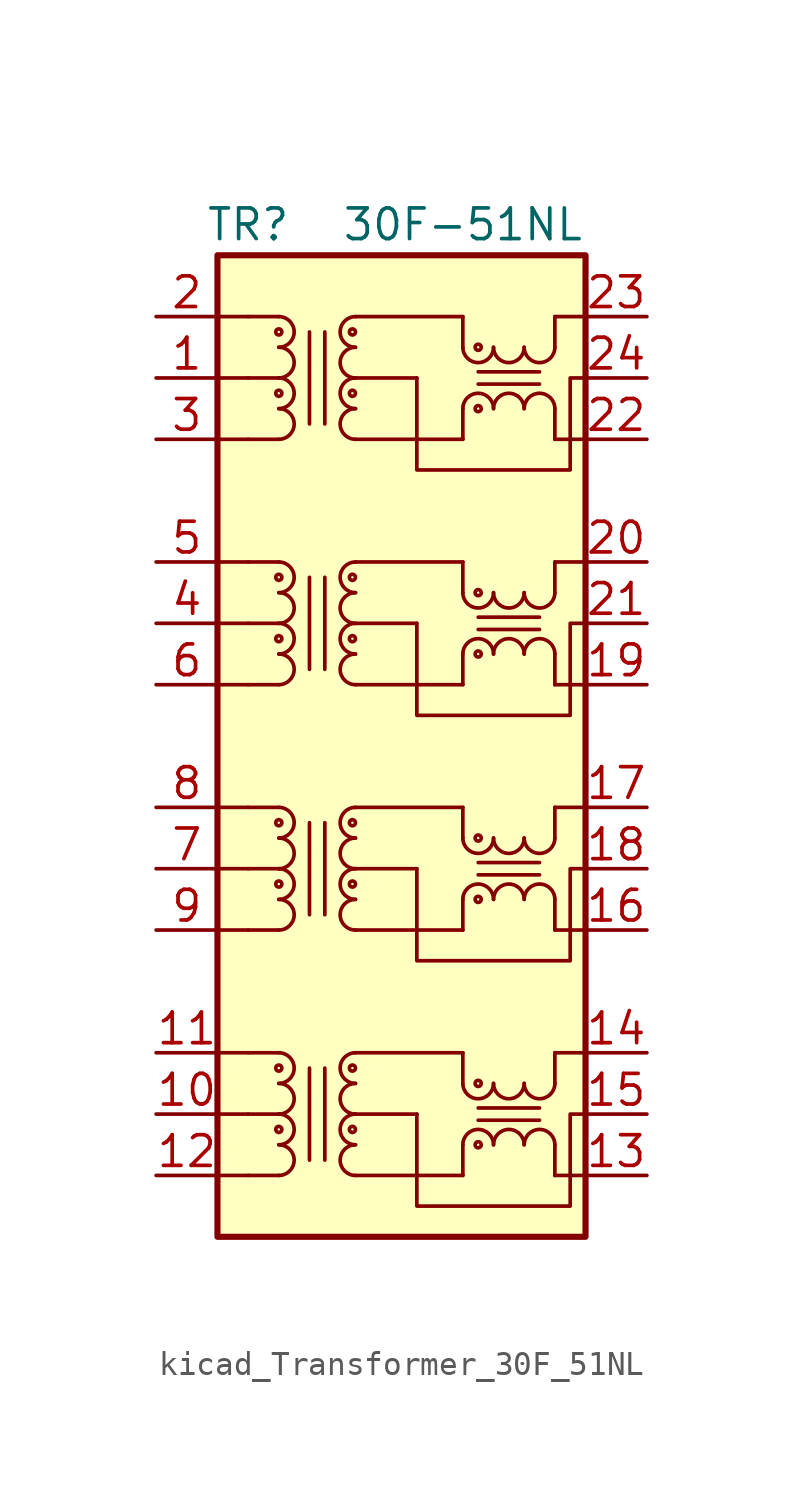
<source format=kicad_sym>
(kicad_symbol_lib
  (version 20220914)
  (generator kicad_symbol_editor)
  (symbol "kicad_Transformer_30F_51NL"
    (pin_names
      (offset 1.016) hide)
    (property "Reference" "TR"
      (at -6.35 21.59 0)
      (effects (font (size 1.27 1.27))))
    (property "Value" "30F-51NL"
      (at 2.54 21.59 0)
      (effects (font (size 1.27 1.27))))
    (symbol "kicad_Transformer_30F_51NL_0_1"
      (rectangle (start -7.62 20.32) (end 7.62 -20.32) (stroke (width 0.254) (type default)) (fill (type background)))
      (polyline (pts (xy 2.54 -16.51) (xy 2.54 -17.78)) (stroke (width 0) (type default)) (fill (type none)))
      (polyline (pts (xy 2.54 -12.7) (xy 2.54 -13.97)) (stroke (width 0) (type default)) (fill (type none)))
      (polyline (pts (xy 2.54 -6.35) (xy 2.54 -7.62)) (stroke (width 0) (type default)) (fill (type none)))
      (polyline (pts (xy 2.54 -2.54) (xy 2.54 -3.81)) (stroke (width 0) (type default)) (fill (type none)))
      (polyline (pts (xy 2.54 3.81) (xy 2.54 2.54)) (stroke (width 0) (type default)) (fill (type none)))
      (polyline (pts (xy 2.54 7.62) (xy 2.54 6.35)) (stroke (width 0) (type default)) (fill (type none)))
      (polyline (pts (xy 2.54 13.97) (xy 2.54 12.7)) (stroke (width 0) (type default)) (fill (type none)))
      (polyline (pts (xy 2.54 17.78) (xy 2.54 16.51)) (stroke (width 0) (type default)) (fill (type none)))
      (polyline (pts (xy 6.35 -17.78) (xy 6.35 -16.51)) (stroke (width 0) (type default)) (fill (type none)))
      (polyline (pts (xy 6.35 -13.97) (xy 6.35 -12.7)) (stroke (width 0) (type default)) (fill (type none)))
      (polyline (pts (xy 6.35 -7.62) (xy 6.35 -6.35)) (stroke (width 0) (type default)) (fill (type none)))
      (polyline (pts (xy 6.35 -3.81) (xy 6.35 -2.54)) (stroke (width 0) (type default)) (fill (type none)))
      (polyline (pts (xy 6.35 2.54) (xy 6.35 3.81)) (stroke (width 0) (type default)) (fill (type none)))
      (polyline (pts (xy 6.35 6.35) (xy 6.35 7.62)) (stroke (width 0) (type default)) (fill (type none)))
      (polyline (pts (xy 6.35 12.7) (xy 6.35 13.97)) (stroke (width 0) (type default)) (fill (type none)))
      (polyline (pts (xy 6.35 16.51) (xy 6.35 17.78)) (stroke (width 0) (type default)) (fill (type none)))
      (polyline (pts (xy 7.62 15.24) (xy 7.62 15.24)) (stroke (width 0) (type default)) (fill (type none)))
      (polyline (pts (xy 0.635 -15.24) (xy 0.635 -19.05) (xy 6.985 -19.05) (xy 6.985 -15.24) (xy 7.62 -15.24)) (stroke (width 0) (type default)) (fill (type none)))
      (polyline (pts (xy 0.635 -5.08) (xy 0.635 -8.89) (xy 6.985 -8.89) (xy 6.985 -5.08) (xy 7.62 -5.08)) (stroke (width 0) (type default)) (fill (type none)))
      (polyline (pts (xy 0.635 5.08) (xy 0.635 1.27) (xy 6.985 1.27) (xy 6.985 5.08) (xy 7.62 5.08)) (stroke (width 0) (type default)) (fill (type none)))
      (polyline (pts (xy 0.635 15.24) (xy 0.635 11.43) (xy 6.985 11.43) (xy 6.985 15.24) (xy 7.62 15.24)) (stroke (width 0) (type default)) (fill (type none)))
      (pin passive line (at -10.16 15.24 0) (length 2.54) (name "CT" (effects (font (size 1.27 1.27)))) (number "1" (effects (font (size 1.27 1.27)))))
      (pin passive line (at -10.16 -15.24 0) (length 2.54) (name "CT" (effects (font (size 1.27 1.27)))) (number "10" (effects (font (size 1.27 1.27)))))
      (pin passive line (at -10.16 -12.7 0) (length 2.54) (name "TD4+" (effects (font (size 1.27 1.27)))) (number "11" (effects (font (size 1.27 1.27)))))
      (pin passive line (at -10.16 -17.78 0) (length 2.54) (name "TD4-" (effects (font (size 1.27 1.27)))) (number "12" (effects (font (size 1.27 1.27)))))
      (pin passive line (at 10.16 -17.78 180) (length 2.54) (name "MX4-" (effects (font (size 1.27 1.27)))) (number "13" (effects (font (size 1.27 1.27)))))
      (pin passive line (at 10.16 -12.7 180) (length 2.54) (name "MX4+" (effects (font (size 1.27 1.27)))) (number "14" (effects (font (size 1.27 1.27)))))
      (pin passive line (at 10.16 -15.24 180) (length 2.54) (name "CT" (effects (font (size 1.27 1.27)))) (number "15" (effects (font (size 1.27 1.27)))))
      (pin passive line (at 10.16 -7.62 180) (length 2.54) (name "MX3-" (effects (font (size 1.27 1.27)))) (number "16" (effects (font (size 1.27 1.27)))))
      (pin passive line (at 10.16 -2.54 180) (length 2.54) (name "MX3+" (effects (font (size 1.27 1.27)))) (number "17" (effects (font (size 1.27 1.27)))))
      (pin passive line (at 10.16 -5.08 180) (length 2.54) (name "CT" (effects (font (size 1.27 1.27)))) (number "18" (effects (font (size 1.27 1.27)))))
      (pin passive line (at 10.16 2.54 180) (length 2.54) (name "MX2-" (effects (font (size 1.27 1.27)))) (number "19" (effects (font (size 1.27 1.27)))))
      (pin passive line (at -10.16 17.78 0) (length 2.54) (name "TD1+" (effects (font (size 1.27 1.27)))) (number "2" (effects (font (size 1.27 1.27)))))
      (pin passive line (at 10.16 7.62 180) (length 2.54) (name "MX2+" (effects (font (size 1.27 1.27)))) (number "20" (effects (font (size 1.27 1.27)))))
      (pin passive line (at 10.16 5.08 180) (length 2.54) (name "CT" (effects (font (size 1.27 1.27)))) (number "21" (effects (font (size 1.27 1.27)))))
      (pin passive line (at 10.16 12.7 180) (length 2.54) (name "MX1-" (effects (font (size 1.27 1.27)))) (number "22" (effects (font (size 1.27 1.27)))))
      (pin passive line (at 10.16 17.78 180) (length 2.54) (name "MX1+" (effects (font (size 1.27 1.27)))) (number "23" (effects (font (size 1.27 1.27)))))
      (pin passive line (at 10.16 15.24 180) (length 2.54) (name "CT" (effects (font (size 1.27 1.27)))) (number "24" (effects (font (size 1.27 1.27)))))
      (pin passive line (at -10.16 12.7 0) (length 2.54) (name "TD1-" (effects (font (size 1.27 1.27)))) (number "3" (effects (font (size 1.27 1.27)))))
      (pin passive line (at -10.16 5.08 0) (length 2.54) (name "CT" (effects (font (size 1.27 1.27)))) (number "4" (effects (font (size 1.27 1.27)))))
      (pin passive line (at -10.16 7.62 0) (length 2.54) (name "TD2+" (effects (font (size 1.27 1.27)))) (number "5" (effects (font (size 1.27 1.27)))))
      (pin passive line (at -10.16 2.54 0) (length 2.54) (name "TD2-" (effects (font (size 1.27 1.27)))) (number "6" (effects (font (size 1.27 1.27)))))
      (pin passive line (at -10.16 -5.08 0) (length 2.54) (name "CT" (effects (font (size 1.27 1.27)))) (number "7" (effects (font (size 1.27 1.27)))))
      (pin passive line (at -10.16 -2.54 0) (length 2.54) (name "TD3+" (effects (font (size 1.27 1.27)))) (number "8" (effects (font (size 1.27 1.27)))))
      (pin passive line (at -10.16 -7.62 0) (length 2.54) (name "TD3-" (effects (font (size 1.27 1.27)))) (number "9" (effects (font (size 1.27 1.27))))))
    (symbol "kicad_Transformer_30F_51NL_1_1"
      (arc (start -5.08 -17.78) (mid -4.4477 -17.145) (end -5.08 -16.51) (stroke (width 0) (type default)) (fill (type none)))
      (arc (start -5.08 -16.51) (mid -4.4477 -15.875) (end -5.08 -15.24) (stroke (width 0) (type default)) (fill (type none)))
      (circle (center -5.08 -15.875) (radius 0.127) (stroke (width 0) (type default)) (fill (type none)))
      (arc (start -5.08 -15.24) (mid -4.4477 -14.605) (end -5.08 -13.97) (stroke (width 0) (type default)) (fill (type none)))
      (arc (start -5.08 -13.97) (mid -4.4477 -13.335) (end -5.08 -12.7) (stroke (width 0) (type default)) (fill (type none)))
      (circle (center -5.08 -13.335) (radius 0.127) (stroke (width 0) (type default)) (fill (type none)))
      (arc (start -5.08 -7.62) (mid -4.4477 -6.985) (end -5.08 -6.35) (stroke (width 0) (type default)) (fill (type none)))
      (arc (start -5.08 -6.35) (mid -4.4477 -5.715) (end -5.08 -5.08) (stroke (width 0) (type default)) (fill (type none)))
      (circle (center -5.08 -5.715) (radius 0.127) (stroke (width 0) (type default)) (fill (type none)))
      (arc (start -5.08 -5.08) (mid -4.4477 -4.445) (end -5.08 -3.81) (stroke (width 0) (type default)) (fill (type none)))
      (arc (start -5.08 -3.81) (mid -4.4477 -3.175) (end -5.08 -2.54) (stroke (width 0) (type default)) (fill (type none)))
      (circle (center -5.08 -3.175) (radius 0.127) (stroke (width 0) (type default)) (fill (type none)))
      (arc (start -5.08 2.54) (mid -4.4477 3.175) (end -5.08 3.81) (stroke (width 0) (type default)) (fill (type none)))
      (arc (start -5.08 3.81) (mid -4.4477 4.445) (end -5.08 5.08) (stroke (width 0) (type default)) (fill (type none)))
      (circle (center -5.08 4.445) (radius 0.127) (stroke (width 0) (type default)) (fill (type none)))
      (arc (start -5.08 5.08) (mid -4.4477 5.715) (end -5.08 6.35) (stroke (width 0) (type default)) (fill (type none)))
      (arc (start -5.08 6.35) (mid -4.4477 6.985) (end -5.08 7.62) (stroke (width 0) (type default)) (fill (type none)))
      (circle (center -5.08 6.985) (radius 0.127) (stroke (width 0) (type default)) (fill (type none)))
      (arc (start -5.08 12.7) (mid -4.4477 13.335) (end -5.08 13.97) (stroke (width 0) (type default)) (fill (type none)))
      (arc (start -5.08 13.97) (mid -4.4477 14.605) (end -5.08 15.24) (stroke (width 0) (type default)) (fill (type none)))
      (circle (center -5.08 14.605) (radius 0.127) (stroke (width 0) (type default)) (fill (type none)))
      (arc (start -5.08 15.24) (mid -4.4477 15.875) (end -5.08 16.51) (stroke (width 0) (type default)) (fill (type none)))
      (arc (start -5.08 16.51) (mid -4.4477 17.145) (end -5.08 17.78) (stroke (width 0) (type default)) (fill (type none)))
      (circle (center -5.08 17.145) (radius 0.127) (stroke (width 0) (type default)) (fill (type none)))
      (circle (center -2.032 -15.875) (radius 0.127) (stroke (width 0) (type default)) (fill (type none)))
      (circle (center -2.032 -13.335) (radius 0.127) (stroke (width 0) (type default)) (fill (type none)))
      (circle (center -2.032 -5.715) (radius 0.127) (stroke (width 0) (type default)) (fill (type none)))
      (circle (center -2.032 -3.175) (radius 0.127) (stroke (width 0) (type default)) (fill (type none)))
      (circle (center -2.032 4.445) (radius 0.127) (stroke (width 0) (type default)) (fill (type none)))
      (circle (center -2.032 6.985) (radius 0.127) (stroke (width 0) (type default)) (fill (type none)))
      (circle (center -2.032 14.605) (radius 0.127) (stroke (width 0) (type default)) (fill (type none)))
      (circle (center -2.032 17.145) (radius 0.127) (stroke (width 0) (type default)) (fill (type none)))
      (arc (start -1.905 -16.51) (mid -2.5373 -17.145) (end -1.905 -17.78) (stroke (width 0) (type default)) (fill (type none)))
      (arc (start -1.905 -15.24) (mid -2.5373 -15.875) (end -1.905 -16.51) (stroke (width 0) (type default)) (fill (type none)))
      (arc (start -1.905 -13.97) (mid -2.5373 -14.605) (end -1.905 -15.24) (stroke (width 0) (type default)) (fill (type none)))
      (arc (start -1.905 -12.7) (mid -2.5373 -13.335) (end -1.905 -13.97) (stroke (width 0) (type default)) (fill (type none)))
      (arc (start -1.905 -6.35) (mid -2.5373 -6.985) (end -1.905 -7.62) (stroke (width 0) (type default)) (fill (type none)))
      (arc (start -1.905 -5.08) (mid -2.5373 -5.715) (end -1.905 -6.35) (stroke (width 0) (type default)) (fill (type none)))
      (arc (start -1.905 -3.81) (mid -2.5373 -4.445) (end -1.905 -5.08) (stroke (width 0) (type default)) (fill (type none)))
      (arc (start -1.905 -2.54) (mid -2.5373 -3.175) (end -1.905 -3.81) (stroke (width 0) (type default)) (fill (type none)))
      (arc (start -1.905 3.81) (mid -2.5373 3.175) (end -1.905 2.54) (stroke (width 0) (type default)) (fill (type none)))
      (arc (start -1.905 5.08) (mid -2.5373 4.445) (end -1.905 3.81) (stroke (width 0) (type default)) (fill (type none)))
      (arc (start -1.905 6.35) (mid -2.5373 5.715) (end -1.905 5.08) (stroke (width 0) (type default)) (fill (type none)))
      (arc (start -1.905 7.62) (mid -2.5373 6.985) (end -1.905 6.35) (stroke (width 0) (type default)) (fill (type none)))
      (arc (start -1.905 13.97) (mid -2.5373 13.335) (end -1.905 12.7) (stroke (width 0) (type default)) (fill (type none)))
      (arc (start -1.905 15.24) (mid -2.5373 14.605) (end -1.905 13.97) (stroke (width 0) (type default)) (fill (type none)))
      (arc (start -1.905 16.51) (mid -2.5373 15.875) (end -1.905 15.24) (stroke (width 0) (type default)) (fill (type none)))
      (arc (start -1.905 17.78) (mid -2.5373 17.145) (end -1.905 16.51) (stroke (width 0) (type default)) (fill (type none)))
      (polyline (pts (xy -7.62 -17.78) (xy -6.35 -17.78)) (stroke (width 0) (type default)) (fill (type none)))
      (polyline (pts (xy -7.62 -15.24) (xy -6.35 -15.24)) (stroke (width 0) (type default)) (fill (type none)))
      (polyline (pts (xy -7.62 -12.7) (xy -6.35 -12.7)) (stroke (width 0) (type default)) (fill (type none)))
      (polyline (pts (xy -7.62 -7.62) (xy -6.35 -7.62)) (stroke (width 0) (type default)) (fill (type none)))
      (polyline (pts (xy -7.62 -5.08) (xy -6.35 -5.08)) (stroke (width 0) (type default)) (fill (type none)))
      (polyline (pts (xy -7.62 -2.54) (xy -6.35 -2.54)) (stroke (width 0) (type default)) (fill (type none)))
      (polyline (pts (xy -7.62 2.54) (xy -6.35 2.54)) (stroke (width 0) (type default)) (fill (type none)))
      (polyline (pts (xy -7.62 5.08) (xy -6.35 5.08)) (stroke (width 0) (type default)) (fill (type none)))
      (polyline (pts (xy -7.62 7.62) (xy -6.35 7.62)) (stroke (width 0) (type default)) (fill (type none)))
      (polyline (pts (xy -7.62 12.7) (xy -6.35 12.7)) (stroke (width 0) (type default)) (fill (type none)))
      (polyline (pts (xy -7.62 15.24) (xy -6.35 15.24)) (stroke (width 0) (type default)) (fill (type none)))
      (polyline (pts (xy -7.62 17.78) (xy -6.35 17.78)) (stroke (width 0) (type default)) (fill (type none)))
      (polyline (pts (xy -6.35 -17.78) (xy -5.08 -17.78)) (stroke (width 0) (type default)) (fill (type none)))
      (polyline (pts (xy -6.35 -15.24) (xy -5.08 -15.24)) (stroke (width 0) (type default)) (fill (type none)))
      (polyline (pts (xy -6.35 -12.7) (xy -5.08 -12.7)) (stroke (width 0) (type default)) (fill (type none)))
      (polyline (pts (xy -6.35 -7.62) (xy -5.08 -7.62)) (stroke (width 0) (type default)) (fill (type none)))
      (polyline (pts (xy -6.35 -5.08) (xy -5.08 -5.08)) (stroke (width 0) (type default)) (fill (type none)))
      (polyline (pts (xy -6.35 -2.54) (xy -5.08 -2.54)) (stroke (width 0) (type default)) (fill (type none)))
      (polyline (pts (xy -6.35 2.54) (xy -5.08 2.54)) (stroke (width 0) (type default)) (fill (type none)))
      (polyline (pts (xy -6.35 5.08) (xy -5.08 5.08)) (stroke (width 0) (type default)) (fill (type none)))
      (polyline (pts (xy -6.35 7.62) (xy -5.08 7.62)) (stroke (width 0) (type default)) (fill (type none)))
      (polyline (pts (xy -6.35 12.7) (xy -5.08 12.7)) (stroke (width 0) (type default)) (fill (type none)))
      (polyline (pts (xy -6.35 15.24) (xy -5.08 15.24)) (stroke (width 0) (type default)) (fill (type none)))
      (polyline (pts (xy -6.35 17.78) (xy -5.08 17.78)) (stroke (width 0) (type default)) (fill (type none)))
      (polyline (pts (xy -3.81 -17.145) (xy -3.81 -13.335)) (stroke (width 0) (type default)) (fill (type none)))
      (polyline (pts (xy -3.81 -6.985) (xy -3.81 -3.175)) (stroke (width 0) (type default)) (fill (type none)))
      (polyline (pts (xy -3.81 3.175) (xy -3.81 6.985)) (stroke (width 0) (type default)) (fill (type none)))
      (polyline (pts (xy -3.81 13.335) (xy -3.81 17.145)) (stroke (width 0) (type default)) (fill (type none)))
      (polyline (pts (xy -3.175 -17.145) (xy -3.175 -13.335)) (stroke (width 0) (type default)) (fill (type none)))
      (polyline (pts (xy -3.175 -6.985) (xy -3.175 -3.175)) (stroke (width 0) (type default)) (fill (type none)))
      (polyline (pts (xy -3.175 3.175) (xy -3.175 6.985)) (stroke (width 0) (type default)) (fill (type none)))
      (polyline (pts (xy -3.175 13.335) (xy -3.175 17.145)) (stroke (width 0) (type default)) (fill (type none)))
      (polyline (pts (xy 0.635 -15.24) (xy -1.905 -15.24)) (stroke (width 0) (type default)) (fill (type none)))
      (polyline (pts (xy 0.635 -5.08) (xy -1.905 -5.08)) (stroke (width 0) (type default)) (fill (type none)))
      (polyline (pts (xy 0.635 5.08) (xy -1.905 5.08)) (stroke (width 0) (type default)) (fill (type none)))
      (polyline (pts (xy 0.635 15.24) (xy -1.905 15.24)) (stroke (width 0) (type default)) (fill (type none)))
      (polyline (pts (xy 2.54 -17.78) (xy -1.905 -17.78)) (stroke (width 0) (type default)) (fill (type none)))
      (polyline (pts (xy 2.54 -12.7) (xy -1.905 -12.7)) (stroke (width 0) (type default)) (fill (type none)))
      (polyline (pts (xy 2.54 -7.62) (xy -1.905 -7.62)) (stroke (width 0) (type default)) (fill (type none)))
      (polyline (pts (xy 2.54 -2.54) (xy -1.905 -2.54)) (stroke (width 0) (type default)) (fill (type none)))
      (polyline (pts (xy 2.54 2.54) (xy -1.905 2.54)) (stroke (width 0) (type default)) (fill (type none)))
      (polyline (pts (xy 2.54 7.62) (xy -1.905 7.62)) (stroke (width 0) (type default)) (fill (type none)))
      (polyline (pts (xy 2.54 12.7) (xy -1.905 12.7)) (stroke (width 0) (type default)) (fill (type none)))
      (polyline (pts (xy 2.54 17.78) (xy -1.905 17.78)) (stroke (width 0) (type default)) (fill (type none)))
      (polyline (pts (xy 5.715 -15.494) (xy 3.175 -15.494)) (stroke (width 0) (type default)) (fill (type none)))
      (polyline (pts (xy 5.715 -14.986) (xy 3.175 -14.986)) (stroke (width 0) (type default)) (fill (type none)))
      (polyline (pts (xy 5.715 -5.334) (xy 3.175 -5.334)) (stroke (width 0) (type default)) (fill (type none)))
      (polyline (pts (xy 5.715 -4.826) (xy 3.175 -4.826)) (stroke (width 0) (type default)) (fill (type none)))
      (polyline (pts (xy 5.715 4.826) (xy 3.175 4.826)) (stroke (width 0) (type default)) (fill (type none)))
      (polyline (pts (xy 5.715 5.334) (xy 3.175 5.334)) (stroke (width 0) (type default)) (fill (type none)))
      (polyline (pts (xy 5.715 14.986) (xy 3.175 14.986)) (stroke (width 0) (type default)) (fill (type none)))
      (polyline (pts (xy 5.715 15.494) (xy 3.175 15.494)) (stroke (width 0) (type default)) (fill (type none)))
      (polyline (pts (xy 7.62 -17.78) (xy 6.35 -17.78)) (stroke (width 0) (type default)) (fill (type none)))
      (polyline (pts (xy 7.62 -12.7) (xy 6.35 -12.7)) (stroke (width 0) (type default)) (fill (type none)))
      (polyline (pts (xy 7.62 -7.62) (xy 6.35 -7.62)) (stroke (width 0) (type default)) (fill (type none)))
      (polyline (pts (xy 7.62 -2.54) (xy 6.35 -2.54)) (stroke (width 0) (type default)) (fill (type none)))
      (polyline (pts (xy 7.62 2.54) (xy 6.35 2.54)) (stroke (width 0) (type default)) (fill (type none)))
      (polyline (pts (xy 7.62 7.62) (xy 6.35 7.62)) (stroke (width 0) (type default)) (fill (type none)))
      (polyline (pts (xy 7.62 12.7) (xy 6.35 12.7)) (stroke (width 0) (type default)) (fill (type none)))
      (polyline (pts (xy 7.62 17.78) (xy 6.35 17.78)) (stroke (width 0) (type default)) (fill (type none)))
      (arc (start 2.54 -13.97) (mid 3.175 -14.6023) (end 3.81 -13.97) (stroke (width 0) (type default)) (fill (type none)))
      (arc (start 2.54 -3.81) (mid 3.175 -4.4423) (end 3.81 -3.81) (stroke (width 0) (type default)) (fill (type none)))
      (arc (start 2.54 6.35) (mid 3.175 5.7177) (end 3.81 6.35) (stroke (width 0) (type default)) (fill (type none)))
      (arc (start 2.54 16.51) (mid 3.175 15.8777) (end 3.81 16.51) (stroke (width 0) (type default)) (fill (type none)))
      (circle (center 3.175 -16.51) (radius 0.127) (stroke (width 0) (type default)) (fill (type none)))
      (circle (center 3.175 -13.97) (radius 0.127) (stroke (width 0) (type default)) (fill (type none)))
      (circle (center 3.175 -6.35) (radius 0.127) (stroke (width 0) (type default)) (fill (type none)))
      (circle (center 3.175 -3.81) (radius 0.127) (stroke (width 0) (type default)) (fill (type none)))
      (circle (center 3.175 3.81) (radius 0.127) (stroke (width 0) (type default)) (fill (type none)))
      (circle (center 3.175 6.35) (radius 0.127) (stroke (width 0) (type default)) (fill (type none)))
      (circle (center 3.175 13.97) (radius 0.127) (stroke (width 0) (type default)) (fill (type none)))
      (circle (center 3.175 16.51) (radius 0.127) (stroke (width 0) (type default)) (fill (type none)))
      (arc (start 3.81 -16.51) (mid 3.175 -15.8777) (end 2.54 -16.51) (stroke (width 0) (type default)) (fill (type none)))
      (arc (start 3.81 -13.97) (mid 4.445 -14.6023) (end 5.08 -13.97) (stroke (width 0) (type default)) (fill (type none)))
      (arc (start 3.81 -6.35) (mid 3.175 -5.7177) (end 2.54 -6.35) (stroke (width 0) (type default)) (fill (type none)))
      (arc (start 3.81 -3.81) (mid 4.445 -4.4423) (end 5.08 -3.81) (stroke (width 0) (type default)) (fill (type none)))
      (arc (start 3.81 3.81) (mid 3.175 4.4423) (end 2.54 3.81) (stroke (width 0) (type default)) (fill (type none)))
      (arc (start 3.81 6.35) (mid 4.445 5.7177) (end 5.08 6.35) (stroke (width 0) (type default)) (fill (type none)))
      (arc (start 3.81 13.97) (mid 3.175 14.6023) (end 2.54 13.97) (stroke (width 0) (type default)) (fill (type none)))
      (arc (start 3.81 16.51) (mid 4.445 15.8777) (end 5.08 16.51) (stroke (width 0) (type default)) (fill (type none)))
      (arc (start 5.08 -16.51) (mid 4.445 -15.8777) (end 3.81 -16.51) (stroke (width 0) (type default)) (fill (type none)))
      (arc (start 5.08 -13.97) (mid 5.715 -14.6023) (end 6.35 -13.97) (stroke (width 0) (type default)) (fill (type none)))
      (arc (start 5.08 -6.35) (mid 4.445 -5.7177) (end 3.81 -6.35) (stroke (width 0) (type default)) (fill (type none)))
      (arc (start 5.08 -3.81) (mid 5.715 -4.4423) (end 6.35 -3.81) (stroke (width 0) (type default)) (fill (type none)))
      (arc (start 5.08 3.81) (mid 4.445 4.4423) (end 3.81 3.81) (stroke (width 0) (type default)) (fill (type none)))
      (arc (start 5.08 6.35) (mid 5.715 5.7177) (end 6.35 6.35) (stroke (width 0) (type default)) (fill (type none)))
      (arc (start 5.08 13.97) (mid 4.445 14.6023) (end 3.81 13.97) (stroke (width 0) (type default)) (fill (type none)))
      (arc (start 5.08 16.51) (mid 5.715 15.8777) (end 6.35 16.51) (stroke (width 0) (type default)) (fill (type none)))
      (arc (start 6.35 -16.51) (mid 5.715 -15.8777) (end 5.08 -16.51) (stroke (width 0) (type default)) (fill (type none)))
      (arc (start 6.35 -6.35) (mid 5.715 -5.7177) (end 5.08 -6.35) (stroke (width 0) (type default)) (fill (type none)))
      (arc (start 6.35 3.81) (mid 5.715 4.4423) (end 5.08 3.81) (stroke (width 0) (type default)) (fill (type none)))
      (arc (start 6.35 13.97) (mid 5.715 14.6023) (end 5.08 13.97) (stroke (width 0) (type default)) (fill (type none))))))
</source>
